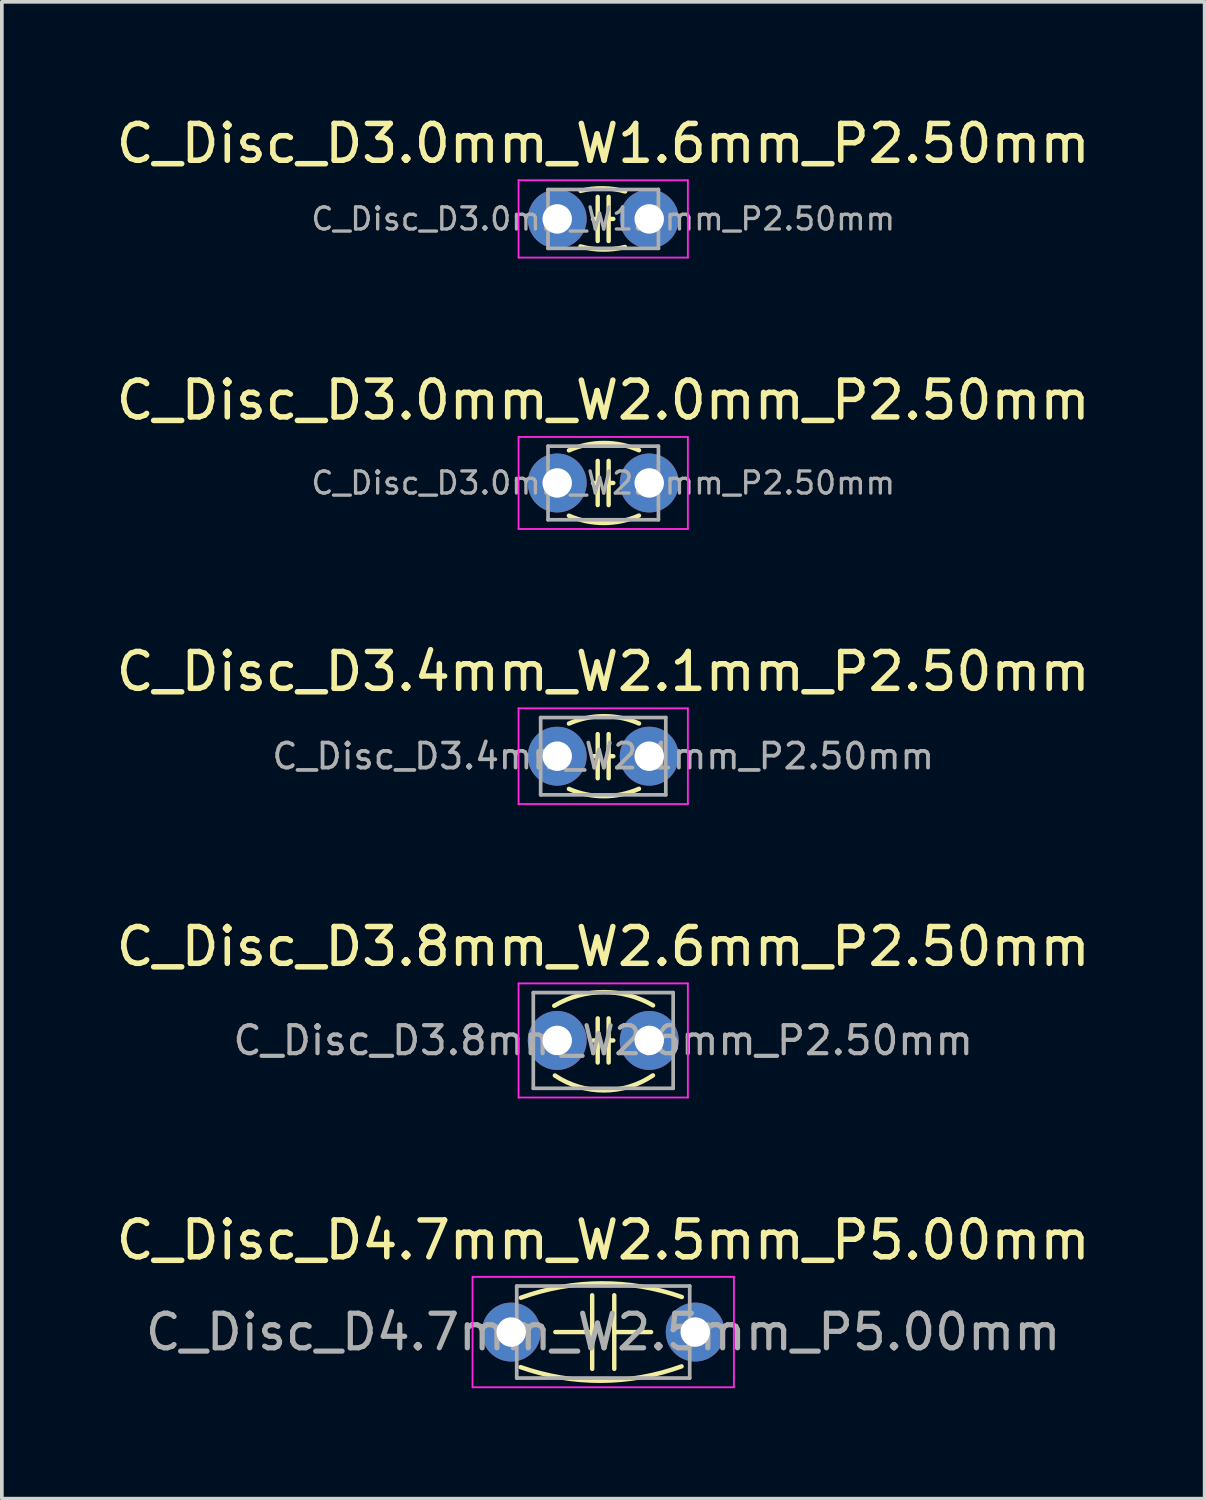
<source format=kicad_pcb>
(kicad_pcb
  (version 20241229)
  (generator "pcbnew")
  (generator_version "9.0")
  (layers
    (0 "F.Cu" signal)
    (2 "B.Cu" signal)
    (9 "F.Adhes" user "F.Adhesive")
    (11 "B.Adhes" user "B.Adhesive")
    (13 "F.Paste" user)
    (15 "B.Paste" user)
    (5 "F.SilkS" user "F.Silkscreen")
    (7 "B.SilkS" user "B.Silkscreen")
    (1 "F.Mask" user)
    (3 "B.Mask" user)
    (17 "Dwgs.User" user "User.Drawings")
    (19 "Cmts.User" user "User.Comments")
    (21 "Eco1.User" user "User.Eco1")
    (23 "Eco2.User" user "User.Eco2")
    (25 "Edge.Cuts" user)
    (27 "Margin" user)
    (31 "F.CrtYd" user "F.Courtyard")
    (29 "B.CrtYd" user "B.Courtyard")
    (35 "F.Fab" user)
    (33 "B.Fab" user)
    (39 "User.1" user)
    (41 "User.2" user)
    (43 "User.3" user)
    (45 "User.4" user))
  (footprint "C_Disc_D3.4mm_W2.1mm_P2.50mm"
    (layer "F.Cu")
    (at 12.089 17.495)
    (property "Reference" "C_Disc_D3.4mm_W2.1mm_P2.50mm" (at 1.25 -2.3 0) (layer "F.SilkS") (effects (font (size 1 1) (thickness 0.15))))
    (fp_line (start 0.973 0) (end 1.1 0) (stroke (width 0.12) (type solid)) (layer "F.SilkS"))
    (fp_line (start 1.1 0) (end 1.1 -0.6) (stroke (width 0.12) (type solid)) (layer "F.SilkS"))
    (fp_line (start 1.1 0) (end 1.1 0.6) (stroke (width 0.12) (type solid)) (layer "F.SilkS"))
    (fp_line (start 1.397 0) (end 1.397 -0.6) (stroke (width 0.12) (type solid)) (layer "F.SilkS"))
    (fp_line (start 1.397 0) (end 1.397 0.6) (stroke (width 0.12) (type solid)) (layer "F.SilkS"))
    (fp_line (start 1.524 0) (end 1.397 0) (stroke (width 0.12) (type solid)) (layer "F.SilkS"))
    (fp_arc (start 0.31877 -0.886114) (mid 1.270333 -1.08687) (end 2.2225 -0.889) (stroke (width 0.12) (type solid)) (layer "F.SilkS"))
    (fp_arc (start 2.22123 0.886114) (mid 1.269667 1.08687) (end 0.3175 0.889) (stroke (width 0.12) (type solid)) (layer "F.SilkS"))
    (fp_line (start -1.05 -1.3) (end -1.05 1.3) (stroke (width 0.05) (type solid)) (layer "F.CrtYd"))
    (fp_line (start -1.05 1.3) (end 3.55 1.3) (stroke (width 0.05) (type solid)) (layer "F.CrtYd"))
    (fp_line (start 3.55 -1.3) (end -1.05 -1.3) (stroke (width 0.05) (type solid)) (layer "F.CrtYd"))
    (fp_line (start 3.55 1.3) (end 3.55 -1.3) (stroke (width 0.05) (type solid)) (layer "F.CrtYd"))
    (fp_line (start -0.45 -1.05) (end -0.45 1.05) (stroke (width 0.1) (type solid)) (layer "F.Fab"))
    (fp_line (start -0.45 1.05) (end 2.95 1.05) (stroke (width 0.1) (type solid)) (layer "F.Fab"))
    (fp_line (start 2.95 -1.05) (end -0.45 -1.05) (stroke (width 0.1) (type solid)) (layer "F.Fab"))
    (fp_line (start 2.95 1.05) (end 2.95 -1.05) (stroke (width 0.1) (type solid)) (layer "F.Fab"))
    (fp_text user "${REFERENCE}" (at 1.25 0 0) (layer "F.Fab") (effects (font (size 0.68 0.68) (thickness 0.102))))
    (pad "1" thru_hole circle (at 0 0) (size 1.6 1.6) (drill 0.8) (layers "*.Cu" "*.Mask"))
    (pad "2" thru_hole circle (at 2.5 0) (size 1.6 1.6) (drill 0.8) (layers "*.Cu" "*.Mask")))
  (footprint "C_Disc_D3.0mm_W2.0mm_P2.50mm"
    (layer "F.Cu")
    (at 12.089 10.072)
    (property "Reference" "C_Disc_D3.0mm_W2.0mm_P2.50mm" (at 1.25 -2.25 0) (layer "F.SilkS") (effects (font (size 1 1) (thickness 0.15))))
    (fp_line (start 0.973 0) (end 1.1 0) (stroke (width 0.12) (type solid)) (layer "F.SilkS"))
    (fp_line (start 1.1 0) (end 1.1 -0.6) (stroke (width 0.12) (type solid)) (layer "F.SilkS"))
    (fp_line (start 1.1 0) (end 1.1 0.6) (stroke (width 0.12) (type solid)) (layer "F.SilkS"))
    (fp_line (start 1.397 0) (end 1.397 -0.6) (stroke (width 0.12) (type solid)) (layer "F.SilkS"))
    (fp_line (start 1.397 0) (end 1.397 0.6) (stroke (width 0.12) (type solid)) (layer "F.SilkS"))
    (fp_line (start 1.524 0) (end 1.397 0) (stroke (width 0.12) (type solid)) (layer "F.SilkS"))
    (fp_arc (start 0.31877 -0.886114) (mid 1.270333 -1.08687) (end 2.2225 -0.889) (stroke (width 0.12) (type solid)) (layer "F.SilkS"))
    (fp_arc (start 2.22123 0.886114) (mid 1.269667 1.08687) (end 0.3175 0.889) (stroke (width 0.12) (type solid)) (layer "F.SilkS"))
    (fp_line (start -1.05 -1.25) (end -1.05 1.25) (stroke (width 0.05) (type solid)) (layer "F.CrtYd"))
    (fp_line (start -1.05 1.25) (end 3.55 1.25) (stroke (width 0.05) (type solid)) (layer "F.CrtYd"))
    (fp_line (start 3.55 -1.25) (end -1.05 -1.25) (stroke (width 0.05) (type solid)) (layer "F.CrtYd"))
    (fp_line (start 3.55 1.25) (end 3.55 -1.25) (stroke (width 0.05) (type solid)) (layer "F.CrtYd"))
    (fp_line (start -0.25 -1) (end -0.25 1) (stroke (width 0.1) (type solid)) (layer "F.Fab"))
    (fp_line (start -0.25 1) (end 2.75 1) (stroke (width 0.1) (type solid)) (layer "F.Fab"))
    (fp_line (start 2.75 -1) (end -0.25 -1) (stroke (width 0.1) (type solid)) (layer "F.Fab"))
    (fp_line (start 2.75 1) (end 2.75 -1) (stroke (width 0.1) (type solid)) (layer "F.Fab"))
    (fp_text user "${REFERENCE}" (at 1.25 0 0) (layer "F.Fab") (effects (font (size 0.6 0.6) (thickness 0.09))))
    (pad "1" thru_hole circle (at 0 0) (size 1.6 1.6) (drill 0.8) (layers "*.Cu" "*.Mask"))
    (pad "2" thru_hole circle (at 2.5 0) (size 1.6 1.6) (drill 0.8) (layers "*.Cu" "*.Mask")))
  (footprint "C_Disc_D3.0mm_W1.6mm_P2.50mm"
    (layer "F.Cu")
    (at 12.089 2.898)
    (property "Reference" "C_Disc_D3.0mm_W1.6mm_P2.50mm" (at 1.25 -2.05 0) (layer "F.SilkS") (effects (font (size 1 1) (thickness 0.15))))
    (fp_line (start 0.973 0) (end 1.1 0) (stroke (width 0.12) (type solid)) (layer "F.SilkS"))
    (fp_line (start 1.1 0) (end 1.1 -0.6) (stroke (width 0.12) (type solid)) (layer "F.SilkS"))
    (fp_line (start 1.1 0) (end 1.1 0.6) (stroke (width 0.12) (type solid)) (layer "F.SilkS"))
    (fp_line (start 1.397 0) (end 1.397 -0.6) (stroke (width 0.12) (type solid)) (layer "F.SilkS"))
    (fp_line (start 1.397 0) (end 1.397 0.6) (stroke (width 0.12) (type solid)) (layer "F.SilkS"))
    (fp_line (start 1.524 0) (end 1.397 0) (stroke (width 0.12) (type solid)) (layer "F.SilkS"))
    (fp_arc (start 0.635 -0.762) (mid 1.241234 -0.832639) (end 1.845429 -0.746283) (stroke (width 0.12) (type solid)) (layer "F.SilkS"))
    (fp_arc (start 1.8415 0.762) (mid 1.235266 0.832639) (end 0.631071 0.746283) (stroke (width 0.12) (type solid)) (layer "F.SilkS"))
    (fp_line (start -1.05 -1.05) (end -1.05 1.05) (stroke (width 0.05) (type solid)) (layer "F.CrtYd"))
    (fp_line (start -1.05 1.05) (end 3.55 1.05) (stroke (width 0.05) (type solid)) (layer "F.CrtYd"))
    (fp_line (start 3.55 -1.05) (end -1.05 -1.05) (stroke (width 0.05) (type solid)) (layer "F.CrtYd"))
    (fp_line (start 3.55 1.05) (end 3.55 -1.05) (stroke (width 0.05) (type solid)) (layer "F.CrtYd"))
    (fp_line (start -0.25 -0.8) (end -0.25 0.8) (stroke (width 0.1) (type solid)) (layer "F.Fab"))
    (fp_line (start -0.25 0.8) (end 2.75 0.8) (stroke (width 0.1) (type solid)) (layer "F.Fab"))
    (fp_line (start 2.75 -0.8) (end -0.25 -0.8) (stroke (width 0.1) (type solid)) (layer "F.Fab"))
    (fp_line (start 2.75 0.8) (end 2.75 -0.8) (stroke (width 0.1) (type solid)) (layer "F.Fab"))
    (fp_text user "${REFERENCE}" (at 1.25 0 0) (layer "F.Fab") (effects (font (size 0.6 0.6) (thickness 0.09))))
    (pad "1" thru_hole circle (at 0 0) (size 1.6 1.6) (drill 0.8) (layers "*.Cu" "*.Mask"))
    (pad "2" thru_hole circle (at 2.5 0) (size 1.6 1.6) (drill 0.8) (layers "*.Cu" "*.Mask")))
  (footprint "C_Disc_D3.8mm_W2.6mm_P2.50mm"
    (layer "F.Cu")
    (at 12.089 25.218)
    (property "Reference" "C_Disc_D3.8mm_W2.6mm_P2.50mm" (at 1.25 -2.55 0) (layer "F.SilkS") (effects (font (size 1 1) (thickness 0.15))))
    (fp_line (start 0.973 0) (end 1.1 0) (stroke (width 0.12) (type solid)) (layer "F.SilkS"))
    (fp_line (start 1.1 0) (end 1.1 -0.6) (stroke (width 0.12) (type solid)) (layer "F.SilkS"))
    (fp_line (start 1.1 0) (end 1.1 0.6) (stroke (width 0.12) (type solid)) (layer "F.SilkS"))
    (fp_line (start 1.397 0) (end 1.397 -0.6) (stroke (width 0.12) (type solid)) (layer "F.SilkS"))
    (fp_line (start 1.397 0) (end 1.397 0.6) (stroke (width 0.12) (type solid)) (layer "F.SilkS"))
    (fp_line (start 1.524 0) (end 1.397 0) (stroke (width 0.12) (type solid)) (layer "F.SilkS"))
    (fp_arc (start -0.081146 -0.942115) (mid 1.259762 -1.312991) (end 2.6035 -0.9525) (stroke (width 0.12) (type solid)) (layer "F.SilkS"))
    (fp_arc (start 2.601045 0.948863) (mid 1.269328 1.357258) (end -0.0635 0.9525) (stroke (width 0.12) (type solid)) (layer "F.SilkS"))
    (fp_line (start -1.05 -1.55) (end -1.05 1.55) (stroke (width 0.05) (type solid)) (layer "F.CrtYd"))
    (fp_line (start -1.05 1.55) (end 3.55 1.55) (stroke (width 0.05) (type solid)) (layer "F.CrtYd"))
    (fp_line (start 3.55 -1.55) (end -1.05 -1.55) (stroke (width 0.05) (type solid)) (layer "F.CrtYd"))
    (fp_line (start 3.55 1.55) (end 3.55 -1.55) (stroke (width 0.05) (type solid)) (layer "F.CrtYd"))
    (fp_line (start -0.65 -1.3) (end -0.65 1.3) (stroke (width 0.1) (type solid)) (layer "F.Fab"))
    (fp_line (start -0.65 1.3) (end 3.15 1.3) (stroke (width 0.1) (type solid)) (layer "F.Fab"))
    (fp_line (start 3.15 -1.3) (end -0.65 -1.3) (stroke (width 0.1) (type solid)) (layer "F.Fab"))
    (fp_line (start 3.15 1.3) (end 3.15 -1.3) (stroke (width 0.1) (type solid)) (layer "F.Fab"))
    (fp_text user "${REFERENCE}" (at 1.25 0 0) (layer "F.Fab") (effects (font (size 0.76 0.76) (thickness 0.114))))
    (pad "1" thru_hole circle (at 0 0) (size 1.6 1.6) (drill 0.8) (layers "*.Cu" "*.Mask"))
    (pad "2" thru_hole circle (at 2.5 0) (size 1.6 1.6) (drill 0.8) (layers "*.Cu" "*.Mask")))
  (footprint "C_Disc_D4.7mm_W2.5mm_P5.00mm"
    (layer "F.Cu")
    (at 10.839 33.141)
    (property "Reference" "C_Disc_D4.7mm_W2.5mm_P5.00mm" (at 2.5 -2.5 0) (layer "F.SilkS") (effects (font (size 1 1) (thickness 0.15))))
    (fp_line (start 1.2 0) (end 2.2 0) (stroke (width 0.12) (type solid)) (layer "F.SilkS"))
    (fp_line (start 2.2 0) (end 2.2 -1) (stroke (width 0.12) (type solid)) (layer "F.SilkS"))
    (fp_line (start 2.2 0) (end 2.2 1) (stroke (width 0.12) (type solid)) (layer "F.SilkS"))
    (fp_line (start 2.8 -1) (end 2.8 1) (stroke (width 0.12) (type solid)) (layer "F.SilkS"))
    (fp_line (start 2.8 0) (end 3.8 0) (stroke (width 0.12) (type solid)) (layer "F.SilkS"))
    (fp_arc (start 0.261356 -0.932324) (mid 2.44667 -1.323463) (end 4.6355 -0.9525) (stroke (width 0.12) (type solid)) (layer "F.SilkS"))
    (fp_arc (start 4.628144 0.932323) (mid 2.44283 1.323462) (end 0.254 0.9525) (stroke (width 0.12) (type solid)) (layer "F.SilkS"))
    (fp_line (start -1.05 -1.5) (end -1.05 1.5) (stroke (width 0.05) (type solid)) (layer "F.CrtYd"))
    (fp_line (start -1.05 1.5) (end 6.05 1.5) (stroke (width 0.05) (type solid)) (layer "F.CrtYd"))
    (fp_line (start 6.05 -1.5) (end -1.05 -1.5) (stroke (width 0.05) (type solid)) (layer "F.CrtYd"))
    (fp_line (start 6.05 1.5) (end 6.05 -1.5) (stroke (width 0.05) (type solid)) (layer "F.CrtYd"))
    (fp_line (start 0.15 -1.25) (end 0.15 1.25) (stroke (width 0.1) (type solid)) (layer "F.Fab"))
    (fp_line (start 0.15 1.25) (end 4.85 1.25) (stroke (width 0.1) (type solid)) (layer "F.Fab"))
    (fp_line (start 4.85 -1.25) (end 0.15 -1.25) (stroke (width 0.1) (type solid)) (layer "F.Fab"))
    (fp_line (start 4.85 1.25) (end 4.85 -1.25) (stroke (width 0.1) (type solid)) (layer "F.Fab"))
    (fp_text user "${REFERENCE}" (at 2.5 0 0) (layer "F.Fab") (effects (font (size 0.94 0.94) (thickness 0.141))))
    (pad "1" thru_hole circle (at 0 0) (size 1.6 1.6) (drill 0.8) (layers "*.Cu" "*.Mask"))
    (pad "2" thru_hole circle (at 5 0) (size 1.6 1.6) (drill 0.8) (layers "*.Cu" "*.Mask")))
  (gr_rect
    (start -3 -3)
    (end 29.679 37.666)
    (stroke (width 0.1) (type default))
    (fill no)
    (layer "Edge.Cuts")))
</source>
